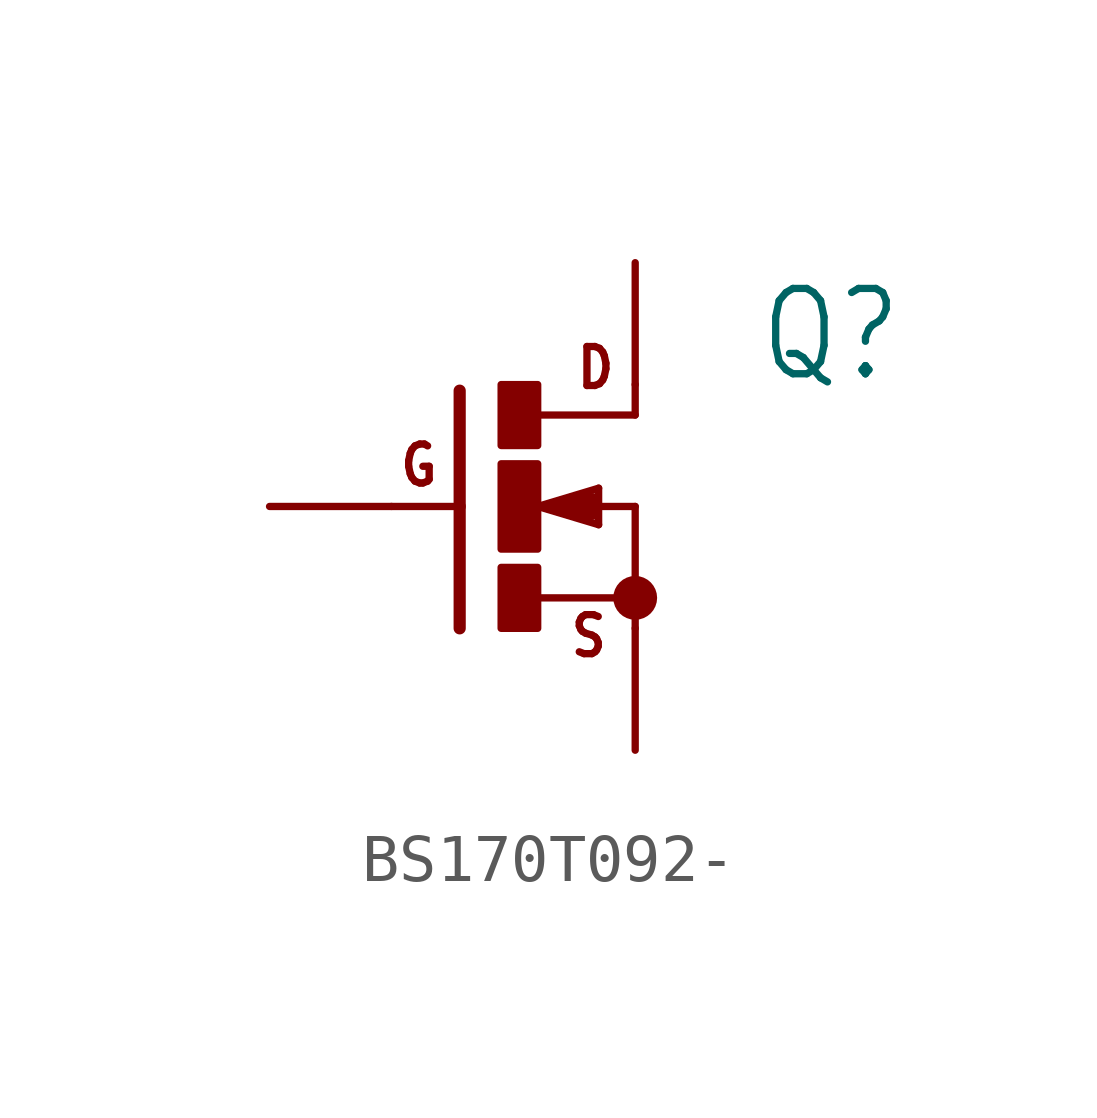
<source format=kicad_sym>
(kicad_symbol_lib
  (version 20220914)
  (generator kicad_symbol_editor)
  (symbol "BS170T092-"
    (property "Reference" "Q"
      (at 5.08 2.54 0)
      (effects (font (size 1.778 1.511)) (justify left bottom)))
    (property "Value" ""
      (at 5.08 0 0)
      (effects (font (size 1.778 1.511)) (justify left bottom)))
    (property "ki_locked" ""
      (at 0 0 0)
      (effects (font (size 1.27 1.27))))
    (symbol "BS170T092-_1_0"
      (rectangle (start -0.254 -2.54) (end 0.508 -1.27) (stroke (width 0) (type default)) (fill (type outline)))
      (rectangle (start -0.254 -0.889) (end 0.508 0.889) (stroke (width 0) (type default)) (fill (type outline)))
      (rectangle (start -0.254 1.27) (end 0.508 2.54) (stroke (width 0) (type default)) (fill (type outline)))
      (polyline (pts (xy -1.118 0) (xy -2.54 0)) (stroke (width 0.152) (type solid)) (fill (type none)))
      (polyline (pts (xy -1.118 0) (xy -1.118 -2.54)) (stroke (width 0.254) (type solid)) (fill (type none)))
      (polyline (pts (xy -1.118 2.413) (xy -1.118 0)) (stroke (width 0.254) (type solid)) (fill (type none)))
      (polyline (pts (xy 0.508 -1.905) (xy 2.54 -1.905)) (stroke (width 0.152) (type solid)) (fill (type none)))
      (polyline (pts (xy 0.508 0) (xy 1.143 0)) (stroke (width 0.152) (type solid)) (fill (type none)))
      (polyline (pts (xy 0.508 0) (xy 1.778 0.381)) (stroke (width 0.152) (type solid)) (fill (type none)))
      (polyline (pts (xy 1.143 0) (xy 1.651 -0.127)) (stroke (width 0.305) (type solid)) (fill (type none)))
      (polyline (pts (xy 1.143 0) (xy 2.54 0)) (stroke (width 0.152) (type solid)) (fill (type none)))
      (polyline (pts (xy 1.651 0.127) (xy 1.143 0)) (stroke (width 0.305) (type solid)) (fill (type none)))
      (polyline (pts (xy 1.778 -0.381) (xy 0.508 0)) (stroke (width 0.152) (type solid)) (fill (type none)))
      (polyline (pts (xy 1.778 0.381) (xy 1.778 -0.381)) (stroke (width 0.152) (type solid)) (fill (type none)))
      (polyline (pts (xy 2.54 -1.905) (xy 2.54 -2.54)) (stroke (width 0.152) (type solid)) (fill (type none)))
      (polyline (pts (xy 2.54 0) (xy 2.54 -1.905)) (stroke (width 0.152) (type solid)) (fill (type none)))
      (polyline (pts (xy 2.54 1.905) (xy 0.533 1.905)) (stroke (width 0.152) (type solid)) (fill (type none)))
      (polyline (pts (xy 2.54 2.54) (xy 2.54 1.905)) (stroke (width 0.152) (type solid)) (fill (type none)))
      (circle (center 2.54 -1.905) (radius 0.254) (stroke (width 0.406) (type solid)) (fill (type none)))
      (text "D" (at 1.27 2.413 0) (effects (font (size 0.813 0.691)) (justify left bottom)))
      (text "G" (at -2.413 0.381 0) (effects (font (size 0.813 0.691)) (justify left bottom)))
      (text "S" (at 1.143 -3.175 0) (effects (font (size 0.813 0.691)) (justify left bottom)))
      (pin passive line (at 2.54 5.08 270) (length 2.54) (name "D" (effects (font (size 0 0)))) (number "1" (effects (font (size 0 0)))))
      (pin passive line (at -5.08 0 0) (length 2.54) (name "G" (effects (font (size 0 0)))) (number "2" (effects (font (size 0 0)))))
      (pin passive line (at 2.54 -5.08 90) (length 2.54) (name "S" (effects (font (size 0 0)))) (number "3" (effects (font (size 0 0))))))))
</source>
